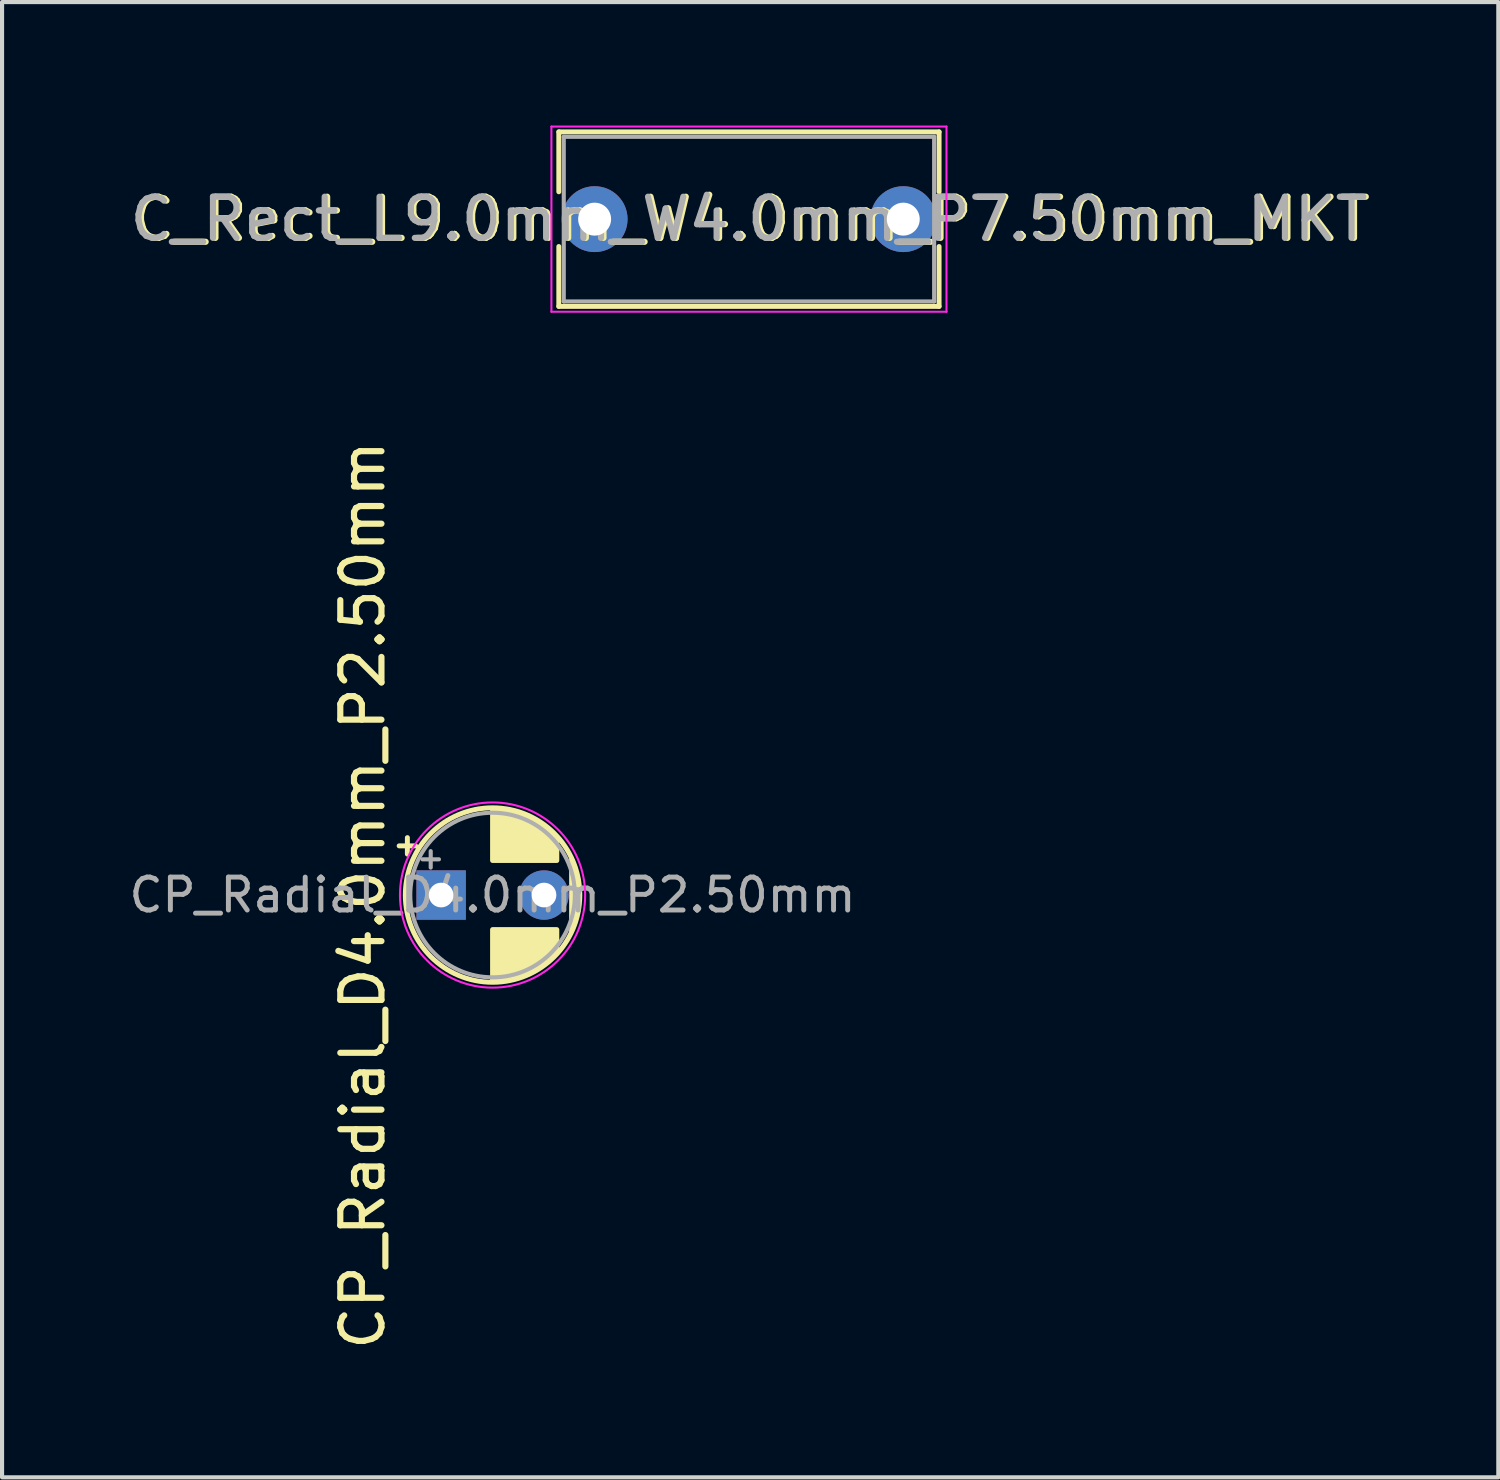
<source format=kicad_pcb>
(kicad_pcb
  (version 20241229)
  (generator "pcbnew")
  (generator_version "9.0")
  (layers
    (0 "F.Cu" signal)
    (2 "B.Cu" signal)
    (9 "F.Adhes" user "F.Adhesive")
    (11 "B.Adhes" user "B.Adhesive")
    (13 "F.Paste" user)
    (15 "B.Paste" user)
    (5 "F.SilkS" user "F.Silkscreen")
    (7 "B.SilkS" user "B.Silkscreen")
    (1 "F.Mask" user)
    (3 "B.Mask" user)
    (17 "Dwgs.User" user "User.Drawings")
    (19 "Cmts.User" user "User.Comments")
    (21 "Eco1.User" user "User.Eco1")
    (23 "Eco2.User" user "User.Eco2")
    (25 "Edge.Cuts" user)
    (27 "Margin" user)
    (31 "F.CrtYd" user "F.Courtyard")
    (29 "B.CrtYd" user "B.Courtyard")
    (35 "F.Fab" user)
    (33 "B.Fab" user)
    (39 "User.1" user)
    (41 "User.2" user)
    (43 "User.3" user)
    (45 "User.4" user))
  (footprint "C_Rect_L9.0mm_W4.0mm_P7.50mm_MKT"
    (layer "F.Cu")
    (at 11.399 2.275)
    (property "Reference" "C_Rect_L9.0mm_W4.0mm_P7.50mm_MKT" (at 3.81 0 180) (layer "F.SilkS") (effects (font (size 1 1) (thickness 0.15))))
    (attr through_hole)
    (fp_line (start -0.87 -2.12) (end -0.87 -0.665) (stroke (width 0.12) (type solid)) (layer "F.SilkS"))
    (fp_line (start -0.87 -2.12) (end 8.37 -2.12) (stroke (width 0.12) (type solid)) (layer "F.SilkS"))
    (fp_line (start -0.87 0.665) (end -0.87 2.12) (stroke (width 0.12) (type solid)) (layer "F.SilkS"))
    (fp_line (start -0.87 2.12) (end 8.37 2.12) (stroke (width 0.12) (type solid)) (layer "F.SilkS"))
    (fp_line (start 8.37 -2.12) (end 8.37 -0.665) (stroke (width 0.12) (type solid)) (layer "F.SilkS"))
    (fp_line (start 8.37 0.665) (end 8.37 2.12) (stroke (width 0.12) (type solid)) (layer "F.SilkS"))
    (fp_line (start -1.05 -2.25) (end -1.05 2.25) (stroke (width 0.05) (type solid)) (layer "F.CrtYd"))
    (fp_line (start -1.05 2.25) (end 8.55 2.25) (stroke (width 0.05) (type solid)) (layer "F.CrtYd"))
    (fp_line (start 8.55 -2.25) (end -1.05 -2.25) (stroke (width 0.05) (type solid)) (layer "F.CrtYd"))
    (fp_line (start 8.55 2.25) (end 8.55 -2.25) (stroke (width 0.05) (type solid)) (layer "F.CrtYd"))
    (fp_line (start -0.75 -2) (end -0.75 2) (stroke (width 0.1) (type solid)) (layer "F.Fab"))
    (fp_line (start -0.75 2) (end 8.25 2) (stroke (width 0.1) (type solid)) (layer "F.Fab"))
    (fp_line (start 8.25 -2) (end -0.75 -2) (stroke (width 0.1) (type solid)) (layer "F.Fab"))
    (fp_line (start 8.25 2) (end 8.25 -2) (stroke (width 0.1) (type solid)) (layer "F.Fab"))
    (fp_text user "${REFERENCE}" (at 3.75 0 180) (layer "F.Fab") (effects (font (size 1 1) (thickness 0.15))))
    (pad "1" thru_hole circle (at 0 0) (size 1.6 1.6) (drill 0.8) (layers "*.Cu" "*.Mask"))
    (pad "2" thru_hole circle (at 7.5 0) (size 1.6 1.6) (drill 0.8) (layers "*.Cu" "*.Mask")))
  (footprint "CP_Radial_D4.0mm_P2.50mm"
    (layer "F.Cu")
    (at 7.669 18.699)
    (property "Reference" "CP_Radial_D4.0mm_P2.50mm" (at -1.905 0 270) (layer "F.SilkS") (effects (font (size 1 1) (thickness 0.15))))
    (attr through_hole)
    (fp_line (start -1.02 -1.195) (end -0.62 -1.195) (stroke (width 0.12) (type solid)) (layer "F.SilkS"))
    (fp_line (start -0.82 -1.395) (end -0.82 -0.995) (stroke (width 0.12) (type solid)) (layer "F.SilkS"))
    (fp_line (start 1.25 -2.08) (end 1.25 -0.84) (stroke (width 0.12) (type solid)) (layer "F.SilkS"))
    (fp_line (start 1.25 0.84) (end 1.25 2.08) (stroke (width 0.12) (type solid)) (layer "F.SilkS"))
    (fp_line (start 1.29 -2.08) (end 1.29 -0.84) (stroke (width 0.12) (type solid)) (layer "F.SilkS"))
    (fp_line (start 1.29 0.84) (end 1.29 2.08) (stroke (width 0.12) (type solid)) (layer "F.SilkS"))
    (fp_line (start 1.33 -2.079) (end 1.33 -0.84) (stroke (width 0.12) (type solid)) (layer "F.SilkS"))
    (fp_line (start 1.33 0.84) (end 1.33 2.079) (stroke (width 0.12) (type solid)) (layer "F.SilkS"))
    (fp_line (start 1.37 -2.077) (end 1.37 -0.84) (stroke (width 0.12) (type solid)) (layer "F.SilkS"))
    (fp_line (start 1.37 0.84) (end 1.37 2.077) (stroke (width 0.12) (type solid)) (layer "F.SilkS"))
    (fp_line (start 1.41 -2.074) (end 1.41 -0.84) (stroke (width 0.12) (type solid)) (layer "F.SilkS"))
    (fp_line (start 1.41 0.84) (end 1.41 2.074) (stroke (width 0.12) (type solid)) (layer "F.SilkS"))
    (fp_line (start 1.45 -2.071) (end 1.45 -0.84) (stroke (width 0.12) (type solid)) (layer "F.SilkS"))
    (fp_line (start 1.45 0.84) (end 1.45 2.071) (stroke (width 0.12) (type solid)) (layer "F.SilkS"))
    (fp_line (start 1.49 -2.067) (end 1.49 -0.84) (stroke (width 0.12) (type solid)) (layer "F.SilkS"))
    (fp_line (start 1.49 0.84) (end 1.49 2.067) (stroke (width 0.12) (type solid)) (layer "F.SilkS"))
    (fp_line (start 1.53 -2.062) (end 1.53 -0.84) (stroke (width 0.12) (type solid)) (layer "F.SilkS"))
    (fp_line (start 1.53 0.84) (end 1.53 2.062) (stroke (width 0.12) (type solid)) (layer "F.SilkS"))
    (fp_line (start 1.57 -2.056) (end 1.57 -0.84) (stroke (width 0.12) (type solid)) (layer "F.SilkS"))
    (fp_line (start 1.57 0.84) (end 1.57 2.056) (stroke (width 0.12) (type solid)) (layer "F.SilkS"))
    (fp_line (start 1.61 -2.05) (end 1.61 -0.84) (stroke (width 0.12) (type solid)) (layer "F.SilkS"))
    (fp_line (start 1.61 0.84) (end 1.61 2.05) (stroke (width 0.12) (type solid)) (layer "F.SilkS"))
    (fp_line (start 1.65 -2.042) (end 1.65 -0.84) (stroke (width 0.12) (type solid)) (layer "F.SilkS"))
    (fp_line (start 1.65 0.84) (end 1.65 2.042) (stroke (width 0.12) (type solid)) (layer "F.SilkS"))
    (fp_line (start 1.69 -2.034) (end 1.69 -0.84) (stroke (width 0.12) (type solid)) (layer "F.SilkS"))
    (fp_line (start 1.69 0.84) (end 1.69 2.034) (stroke (width 0.12) (type solid)) (layer "F.SilkS"))
    (fp_line (start 1.73 -2.025) (end 1.73 -0.84) (stroke (width 0.12) (type solid)) (layer "F.SilkS"))
    (fp_line (start 1.73 0.84) (end 1.73 2.025) (stroke (width 0.12) (type solid)) (layer "F.SilkS"))
    (fp_line (start 1.77 -2.016) (end 1.77 -0.84) (stroke (width 0.12) (type solid)) (layer "F.SilkS"))
    (fp_line (start 1.77 0.84) (end 1.77 2.016) (stroke (width 0.12) (type solid)) (layer "F.SilkS"))
    (fp_line (start 1.81 -2.005) (end 1.81 -0.84) (stroke (width 0.12) (type solid)) (layer "F.SilkS"))
    (fp_line (start 1.81 0.84) (end 1.81 2.005) (stroke (width 0.12) (type solid)) (layer "F.SilkS"))
    (fp_line (start 1.85 -1.994) (end 1.85 -0.84) (stroke (width 0.12) (type solid)) (layer "F.SilkS"))
    (fp_line (start 1.85 0.84) (end 1.85 1.994) (stroke (width 0.12) (type solid)) (layer "F.SilkS"))
    (fp_line (start 1.89 -1.982) (end 1.89 -0.84) (stroke (width 0.12) (type solid)) (layer "F.SilkS"))
    (fp_line (start 1.89 0.84) (end 1.89 1.982) (stroke (width 0.12) (type solid)) (layer "F.SilkS"))
    (fp_line (start 1.93 -1.968) (end 1.93 -0.84) (stroke (width 0.12) (type solid)) (layer "F.SilkS"))
    (fp_line (start 1.93 0.84) (end 1.93 1.968) (stroke (width 0.12) (type solid)) (layer "F.SilkS"))
    (fp_line (start 1.971 -1.954) (end 1.971 -0.84) (stroke (width 0.12) (type solid)) (layer "F.SilkS"))
    (fp_line (start 1.971 0.84) (end 1.971 1.954) (stroke (width 0.12) (type solid)) (layer "F.SilkS"))
    (fp_line (start 2.011 -1.94) (end 2.011 -0.84) (stroke (width 0.12) (type solid)) (layer "F.SilkS"))
    (fp_line (start 2.011 0.84) (end 2.011 1.94) (stroke (width 0.12) (type solid)) (layer "F.SilkS"))
    (fp_line (start 2.051 -1.924) (end 2.051 -0.84) (stroke (width 0.12) (type solid)) (layer "F.SilkS"))
    (fp_line (start 2.051 0.84) (end 2.051 1.924) (stroke (width 0.12) (type solid)) (layer "F.SilkS"))
    (fp_line (start 2.091 -1.907) (end 2.091 -0.84) (stroke (width 0.12) (type solid)) (layer "F.SilkS"))
    (fp_line (start 2.091 0.84) (end 2.091 1.907) (stroke (width 0.12) (type solid)) (layer "F.SilkS"))
    (fp_line (start 2.131 -1.889) (end 2.131 -0.84) (stroke (width 0.12) (type solid)) (layer "F.SilkS"))
    (fp_line (start 2.131 0.84) (end 2.131 1.889) (stroke (width 0.12) (type solid)) (layer "F.SilkS"))
    (fp_line (start 2.171 -1.87) (end 2.171 -0.84) (stroke (width 0.12) (type solid)) (layer "F.SilkS"))
    (fp_line (start 2.171 0.84) (end 2.171 1.87) (stroke (width 0.12) (type solid)) (layer "F.SilkS"))
    (fp_line (start 2.211 -1.851) (end 2.211 -0.84) (stroke (width 0.12) (type solid)) (layer "F.SilkS"))
    (fp_line (start 2.211 0.84) (end 2.211 1.851) (stroke (width 0.12) (type solid)) (layer "F.SilkS"))
    (fp_line (start 2.251 -1.83) (end 2.251 -0.84) (stroke (width 0.12) (type solid)) (layer "F.SilkS"))
    (fp_line (start 2.251 0.84) (end 2.251 1.83) (stroke (width 0.12) (type solid)) (layer "F.SilkS"))
    (fp_line (start 2.291 -1.808) (end 2.291 -0.84) (stroke (width 0.12) (type solid)) (layer "F.SilkS"))
    (fp_line (start 2.291 0.84) (end 2.291 1.808) (stroke (width 0.12) (type solid)) (layer "F.SilkS"))
    (fp_line (start 2.331 -1.785) (end 2.331 -0.84) (stroke (width 0.12) (type solid)) (layer "F.SilkS"))
    (fp_line (start 2.331 0.84) (end 2.331 1.785) (stroke (width 0.12) (type solid)) (layer "F.SilkS"))
    (fp_line (start 2.371 -1.76) (end 2.371 -0.84) (stroke (width 0.12) (type solid)) (layer "F.SilkS"))
    (fp_line (start 2.371 0.84) (end 2.371 1.76) (stroke (width 0.12) (type solid)) (layer "F.SilkS"))
    (fp_line (start 2.411 -1.735) (end 2.411 -0.84) (stroke (width 0.12) (type solid)) (layer "F.SilkS"))
    (fp_line (start 2.411 0.84) (end 2.411 1.735) (stroke (width 0.12) (type solid)) (layer "F.SilkS"))
    (fp_line (start 2.451 -1.708) (end 2.451 -0.84) (stroke (width 0.12) (type solid)) (layer "F.SilkS"))
    (fp_line (start 2.451 0.84) (end 2.451 1.708) (stroke (width 0.12) (type solid)) (layer "F.SilkS"))
    (fp_line (start 2.491 -1.68) (end 2.491 -0.84) (stroke (width 0.12) (type solid)) (layer "F.SilkS"))
    (fp_line (start 2.491 0.84) (end 2.491 1.68) (stroke (width 0.12) (type solid)) (layer "F.SilkS"))
    (fp_line (start 2.531 -1.65) (end 2.531 -0.84) (stroke (width 0.12) (type solid)) (layer "F.SilkS"))
    (fp_line (start 2.531 0.84) (end 2.531 1.65) (stroke (width 0.12) (type solid)) (layer "F.SilkS"))
    (fp_line (start 2.571 -1.619) (end 2.571 -0.84) (stroke (width 0.12) (type solid)) (layer "F.SilkS"))
    (fp_line (start 2.571 0.84) (end 2.571 1.619) (stroke (width 0.12) (type solid)) (layer "F.SilkS"))
    (fp_line (start 2.611 -1.587) (end 2.611 -0.84) (stroke (width 0.12) (type solid)) (layer "F.SilkS"))
    (fp_line (start 2.611 0.84) (end 2.611 1.587) (stroke (width 0.12) (type solid)) (layer "F.SilkS"))
    (fp_line (start 2.651 -1.552) (end 2.651 -0.84) (stroke (width 0.12) (type solid)) (layer "F.SilkS"))
    (fp_line (start 2.651 0.84) (end 2.651 1.552) (stroke (width 0.12) (type solid)) (layer "F.SilkS"))
    (fp_line (start 2.691 -1.516) (end 2.691 -0.84) (stroke (width 0.12) (type solid)) (layer "F.SilkS"))
    (fp_line (start 2.691 0.84) (end 2.691 1.516) (stroke (width 0.12) (type solid)) (layer "F.SilkS"))
    (fp_line (start 2.731 -1.478) (end 2.731 -0.84) (stroke (width 0.12) (type solid)) (layer "F.SilkS"))
    (fp_line (start 2.731 0.84) (end 2.731 1.478) (stroke (width 0.12) (type solid)) (layer "F.SilkS"))
    (fp_line (start 2.771 -1.438) (end 2.771 -0.84) (stroke (width 0.12) (type solid)) (layer "F.SilkS"))
    (fp_line (start 2.771 0.84) (end 2.771 1.438) (stroke (width 0.12) (type solid)) (layer "F.SilkS"))
    (fp_line (start 2.811 -1.396) (end 2.811 -0.84) (stroke (width 0.12) (type solid)) (layer "F.SilkS"))
    (fp_line (start 2.811 0.84) (end 2.811 1.396) (stroke (width 0.12) (type solid)) (layer "F.SilkS"))
    (fp_line (start 3.171 -0.859) (end 3.171 0.859) (stroke (width 0.12) (type solid)) (layer "F.SilkS"))
    (fp_line (start 3.211 -0.768) (end 3.211 0.768) (stroke (width 0.12) (type solid)) (layer "F.SilkS"))
    (fp_line (start 3.251 -0.664) (end 3.251 0.664) (stroke (width 0.12) (type solid)) (layer "F.SilkS"))
    (fp_line (start 3.291 -0.537) (end 3.291 0.537) (stroke (width 0.12) (type solid)) (layer "F.SilkS"))
    (fp_line (start 3.331 -0.37) (end 3.331 0.37) (stroke (width 0.12) (type solid)) (layer "F.SilkS"))
    (fp_circle (center 1.25 0) (end 3.37 0) (stroke (width 0.12) (type solid)) (fill no) (layer "F.SilkS"))
    (fp_circle (center 1.25 0) (end 3.5 0) (stroke (width 0.05) (type solid)) (fill no) (layer "F.CrtYd"))
    (fp_line (start -0.453 -0.868) (end -0.053 -0.868) (stroke (width 0.1) (type solid)) (layer "F.Fab"))
    (fp_line (start -0.253 -1.067) (end -0.253 -0.667) (stroke (width 0.1) (type solid)) (layer "F.Fab"))
    (fp_circle (center 1.25 0) (end 3.25 0) (stroke (width 0.1) (type solid)) (fill no) (layer "F.Fab"))
    (fp_text user "${REFERENCE}" (at 1.25 0 180) (layer "F.Fab") (effects (font (size 0.8 0.8) (thickness 0.12))))
    (pad "1" thru_hole rect (at 0 0) (size 1.2 1.2) (drill 0.6) (layers "*.Cu" "*.Mask"))
    (pad "2" thru_hole circle (at 2.5 0) (size 1.2 1.2) (drill 0.6) (layers "*.Cu" "*.Mask")))
  (gr_rect
    (start -3 -3)
    (end 33.358 32.848)
    (stroke (width 0.1) (type default))
    (fill no)
    (layer "Edge.Cuts")))
</source>
